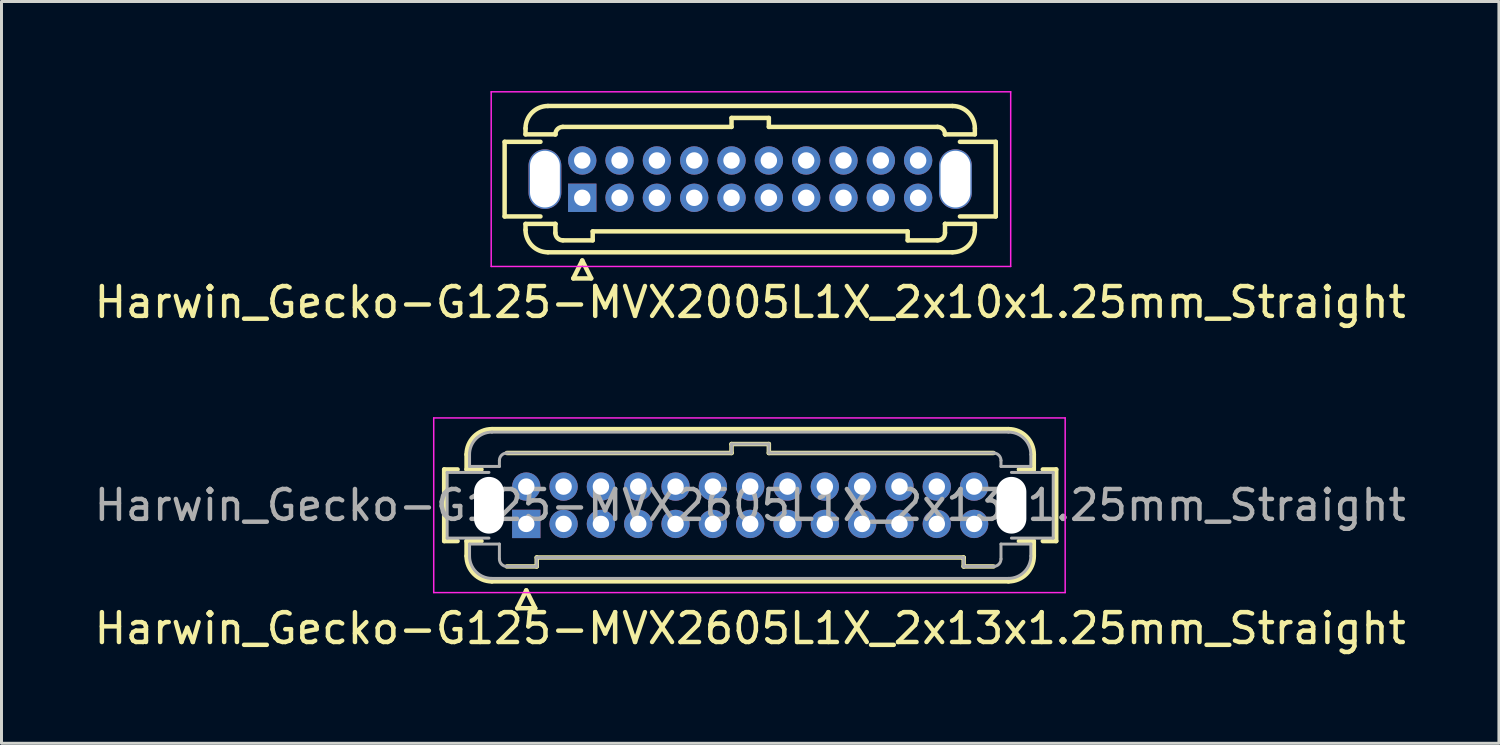
<source format=kicad_pcb>
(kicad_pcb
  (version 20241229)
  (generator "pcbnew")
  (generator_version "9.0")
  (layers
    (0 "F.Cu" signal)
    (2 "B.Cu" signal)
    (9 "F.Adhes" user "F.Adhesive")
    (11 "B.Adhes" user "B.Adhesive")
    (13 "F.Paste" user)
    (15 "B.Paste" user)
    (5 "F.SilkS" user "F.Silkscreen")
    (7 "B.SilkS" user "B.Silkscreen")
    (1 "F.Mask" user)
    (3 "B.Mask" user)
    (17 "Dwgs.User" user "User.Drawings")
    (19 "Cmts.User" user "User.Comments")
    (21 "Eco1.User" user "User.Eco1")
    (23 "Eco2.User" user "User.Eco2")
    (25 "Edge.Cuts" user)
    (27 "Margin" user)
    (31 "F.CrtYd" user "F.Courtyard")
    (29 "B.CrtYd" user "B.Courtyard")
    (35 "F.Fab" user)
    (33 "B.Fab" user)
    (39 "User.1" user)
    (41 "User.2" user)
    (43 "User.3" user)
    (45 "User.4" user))
  (footprint "Harwin_Gecko-G125-MVX2605L1X_2x13x1.25mm_Straight"
    (layer "F.Cu")
    (at 14.577 14.498)
    (property "Reference" "Harwin_Gecko-G125-MVX2605L1X_2x13x1.25mm_Straight" (at 7.5 3.5 0) (layer "F.SilkS") (effects (font (size 1 1) (thickness 0.15))))
    (attr through_hole)
    (fp_line (start -2.75 -1.825) (end -2.75 0.575) (stroke (width 0.15) (type solid)) (layer "F.SilkS"))
    (fp_line (start -2.75 0.575) (end -2.3 0.575) (stroke (width 0.15) (type solid)) (layer "F.SilkS"))
    (fp_line (start -2.3 -1.825) (end -2.75 -1.825) (stroke (width 0.15) (type solid)) (layer "F.SilkS"))
    (fp_line (start -2 -1.825) (end -2 -2.325) (stroke (width 0.15) (type solid)) (layer "F.SilkS"))
    (fp_line (start -2 -1.825) (end -1.5 -1.825) (stroke (width 0.15) (type solid)) (layer "F.SilkS"))
    (fp_line (start -2 0.575) (end -1.5 0.575) (stroke (width 0.15) (type solid)) (layer "F.SilkS"))
    (fp_line (start -2 1.075) (end -2 0.575) (stroke (width 0.15) (type solid)) (layer "F.SilkS"))
    (fp_line (start -1.15 -3.175) (end 16.15 -3.175) (stroke (width 0.15) (type solid)) (layer "F.SilkS"))
    (fp_line (start -1.15 1.925) (end 16.15 1.925) (stroke (width 0.15) (type solid)) (layer "F.SilkS"))
    (fp_line (start -0.65 -2.375) (end 6.875 -2.375) (stroke (width 0.15) (type solid)) (layer "F.SilkS"))
    (fp_line (start -0.65 1.425) (end 0.35 1.425) (stroke (width 0.15) (type solid)) (layer "F.SilkS"))
    (fp_line (start -0.3 2.825) (end 0.3 2.825) (stroke (width 0.15) (type solid)) (layer "F.SilkS"))
    (fp_line (start 0 2.225) (end -0.3 2.825) (stroke (width 0.15) (type solid)) (layer "F.SilkS"))
    (fp_line (start 0.3 2.825) (end 0 2.225) (stroke (width 0.15) (type solid)) (layer "F.SilkS"))
    (fp_line (start 0.35 1.125) (end 14.65 1.125) (stroke (width 0.15) (type solid)) (layer "F.SilkS"))
    (fp_line (start 0.35 1.425) (end 0.35 1.125) (stroke (width 0.15) (type solid)) (layer "F.SilkS"))
    (fp_line (start 6.875 -2.675) (end 8.125 -2.675) (stroke (width 0.15) (type solid)) (layer "F.SilkS"))
    (fp_line (start 6.875 -2.375) (end 6.875 -2.675) (stroke (width 0.15) (type solid)) (layer "F.SilkS"))
    (fp_line (start 8.125 -2.675) (end 8.125 -2.375) (stroke (width 0.15) (type solid)) (layer "F.SilkS"))
    (fp_line (start 8.125 -2.375) (end 15.65 -2.375) (stroke (width 0.15) (type solid)) (layer "F.SilkS"))
    (fp_line (start 14.65 1.125) (end 14.65 1.425) (stroke (width 0.15) (type solid)) (layer "F.SilkS"))
    (fp_line (start 14.65 1.425) (end 15.65 1.425) (stroke (width 0.15) (type solid)) (layer "F.SilkS"))
    (fp_line (start 17 -2.325) (end 17 -1.825) (stroke (width 0.15) (type solid)) (layer "F.SilkS"))
    (fp_line (start 17 -1.825) (end 16.5 -1.825) (stroke (width 0.15) (type solid)) (layer "F.SilkS"))
    (fp_line (start 17 0.575) (end 16.5 0.575) (stroke (width 0.15) (type solid)) (layer "F.SilkS"))
    (fp_line (start 17 1.075) (end 17 0.575) (stroke (width 0.15) (type solid)) (layer "F.SilkS"))
    (fp_line (start 17.3 0.575) (end 17.75 0.575) (stroke (width 0.15) (type solid)) (layer "F.SilkS"))
    (fp_line (start 17.75 -1.825) (end 17.3 -1.825) (stroke (width 0.15) (type solid)) (layer "F.SilkS"))
    (fp_line (start 17.75 -1.825) (end 17.75 0.575) (stroke (width 0.15) (type solid)) (layer "F.SilkS"))
    (fp_arc (start -2 -2.325) (mid -1.751041 -2.926041) (end -1.15 -3.175) (stroke (width 0.15) (type solid)) (layer "F.SilkS"))
    (fp_arc (start -1.15 1.925) (mid -1.751041 1.676041) (end -2 1.075) (stroke (width 0.15) (type solid)) (layer "F.SilkS"))
    (fp_arc (start 16.15 -3.175) (mid 16.751041 -2.926041) (end 17 -2.325) (stroke (width 0.15) (type solid)) (layer "F.SilkS"))
    (fp_arc (start 17 1.075) (mid 16.751041 1.676041) (end 16.15 1.925) (stroke (width 0.15) (type solid)) (layer "F.SilkS"))
    (fp_line (start -3.1 -3.55) (end -3.1 2.3) (stroke (width 0.05) (type solid)) (layer "F.CrtYd"))
    (fp_line (start -3.1 2.3) (end 18.05 2.3) (stroke (width 0.05) (type solid)) (layer "F.CrtYd"))
    (fp_line (start 18.05 -3.55) (end -3.1 -3.55) (stroke (width 0.05) (type solid)) (layer "F.CrtYd"))
    (fp_line (start 18.05 2.3) (end 18.05 -3.55) (stroke (width 0.05) (type solid)) (layer "F.CrtYd"))
    (fp_line (start -2.65 0.475) (end -2.65 -1.725) (stroke (width 0.1) (type solid)) (layer "F.Fab"))
    (fp_line (start -2.65 0.475) (end -1.25 0.475) (stroke (width 0.1) (type solid)) (layer "F.Fab"))
    (fp_line (start -1.9 -2.325) (end -1.9 -1.925) (stroke (width 0.1) (type solid)) (layer "F.Fab"))
    (fp_line (start -1.9 -1.925) (end -0.9 -1.925) (stroke (width 0.1) (type solid)) (layer "F.Fab"))
    (fp_line (start -1.9 0.675) (end -0.9 0.675) (stroke (width 0.1) (type solid)) (layer "F.Fab"))
    (fp_line (start -1.9 1.075) (end -1.9 0.675) (stroke (width 0.1) (type solid)) (layer "F.Fab"))
    (fp_line (start -1.25 -1.725) (end -2.65 -1.725) (stroke (width 0.1) (type solid)) (layer "F.Fab"))
    (fp_line (start -1.15 -3.075) (end 16.15 -3.075) (stroke (width 0.1) (type solid)) (layer "F.Fab"))
    (fp_line (start -1.15 1.825) (end 16.15 1.825) (stroke (width 0.1) (type solid)) (layer "F.Fab"))
    (fp_line (start -0.9 -2.125) (end -0.9 -1.925) (stroke (width 0.1) (type solid)) (layer "F.Fab"))
    (fp_line (start -0.9 1.175) (end -0.9 0.675) (stroke (width 0.1) (type solid)) (layer "F.Fab"))
    (fp_line (start -0.65 -2.375) (end 6.875 -2.375) (stroke (width 0.1) (type solid)) (layer "F.Fab"))
    (fp_line (start -0.65 1.425) (end 0.35 1.425) (stroke (width 0.1) (type solid)) (layer "F.Fab"))
    (fp_line (start 0.35 1.125) (end 14.65 1.125) (stroke (width 0.1) (type solid)) (layer "F.Fab"))
    (fp_line (start 0.35 1.425) (end 0.35 1.125) (stroke (width 0.1) (type solid)) (layer "F.Fab"))
    (fp_line (start 6.875 -2.675) (end 8.125 -2.675) (stroke (width 0.1) (type solid)) (layer "F.Fab"))
    (fp_line (start 6.875 -2.375) (end 6.875 -2.675) (stroke (width 0.1) (type solid)) (layer "F.Fab"))
    (fp_line (start 8.125 -2.675) (end 8.125 -2.375) (stroke (width 0.1) (type solid)) (layer "F.Fab"))
    (fp_line (start 8.125 -2.375) (end 15.65 -2.375) (stroke (width 0.1) (type solid)) (layer "F.Fab"))
    (fp_line (start 14.65 1.125) (end 14.65 1.425) (stroke (width 0.1) (type solid)) (layer "F.Fab"))
    (fp_line (start 14.65 1.425) (end 15.65 1.425) (stroke (width 0.1) (type solid)) (layer "F.Fab"))
    (fp_line (start 15.9 -2.125) (end 15.9 -1.925) (stroke (width 0.1) (type solid)) (layer "F.Fab"))
    (fp_line (start 15.9 1.175) (end 15.9 0.675) (stroke (width 0.1) (type solid)) (layer "F.Fab"))
    (fp_line (start 16.25 0.475) (end 17.65 0.475) (stroke (width 0.1) (type solid)) (layer "F.Fab"))
    (fp_line (start 16.9 -2.325) (end 16.9 -1.925) (stroke (width 0.1) (type solid)) (layer "F.Fab"))
    (fp_line (start 16.9 -1.925) (end 15.9 -1.925) (stroke (width 0.1) (type solid)) (layer "F.Fab"))
    (fp_line (start 16.9 0.675) (end 15.9 0.675) (stroke (width 0.1) (type solid)) (layer "F.Fab"))
    (fp_line (start 16.9 1.075) (end 16.9 0.675) (stroke (width 0.1) (type solid)) (layer "F.Fab"))
    (fp_line (start 17.65 -1.725) (end 16.25 -1.725) (stroke (width 0.1) (type solid)) (layer "F.Fab"))
    (fp_line (start 17.65 -1.725) (end 17.65 0.475) (stroke (width 0.1) (type solid)) (layer "F.Fab"))
    (fp_arc (start -1.9 -2.325) (mid -1.68033 -2.85533) (end -1.15 -3.075) (stroke (width 0.1) (type solid)) (layer "F.Fab"))
    (fp_arc (start -1.15 1.825) (mid -1.68033 1.60533) (end -1.9 1.075) (stroke (width 0.1) (type solid)) (layer "F.Fab"))
    (fp_arc (start -0.9 -2.125) (mid -0.826777 -2.301777) (end -0.65 -2.375) (stroke (width 0.1) (type solid)) (layer "F.Fab"))
    (fp_arc (start -0.65 1.425) (mid -0.826777 1.351777) (end -0.9 1.175) (stroke (width 0.1) (type solid)) (layer "F.Fab"))
    (fp_arc (start 15.65 -2.375) (mid 15.826777 -2.301777) (end 15.9 -2.125) (stroke (width 0.1) (type solid)) (layer "F.Fab"))
    (fp_arc (start 15.9 1.175) (mid 15.826777 1.351777) (end 15.65 1.425) (stroke (width 0.1) (type solid)) (layer "F.Fab"))
    (fp_arc (start 16.15 -3.075) (mid 16.68033 -2.85533) (end 16.9 -2.325) (stroke (width 0.1) (type solid)) (layer "F.Fab"))
    (fp_arc (start 16.9 1.075) (mid 16.68033 1.60533) (end 16.15 1.825) (stroke (width 0.1) (type solid)) (layer "F.Fab"))
    (fp_text user "${REFERENCE}" (at 7.5 -0.625 0) (layer "F.Fab") (effects (font (size 1 1) (thickness 0.15))))
    (pad "" np_thru_hole oval (at -1.25 -0.625) (size 1 1.9) (drill oval 1 1.9) (layers "*.Cu" "*.Mask"))
    (pad "" np_thru_hole oval (at 16.25 -0.625) (size 1 1.9) (drill oval 1 1.9) (layers "*.Cu" "*.Mask"))
    (pad "1" thru_hole rect (at 0 0) (size 0.95 0.95) (drill 0.55) (layers "*.Cu" "*.Mask"))
    (pad "2" thru_hole circle (at 1.25 0) (size 0.95 0.95) (drill 0.55) (layers "*.Cu" "*.Mask"))
    (pad "3" thru_hole circle (at 2.5 0) (size 0.95 0.95) (drill 0.55) (layers "*.Cu" "*.Mask"))
    (pad "4" thru_hole circle (at 3.75 0) (size 0.95 0.95) (drill 0.55) (layers "*.Cu" "*.Mask"))
    (pad "5" thru_hole circle (at 5 0) (size 0.95 0.95) (drill 0.55) (layers "*.Cu" "*.Mask"))
    (pad "6" thru_hole circle (at 6.25 0) (size 0.95 0.95) (drill 0.55) (layers "*.Cu" "*.Mask"))
    (pad "7" thru_hole circle (at 7.5 0) (size 0.95 0.95) (drill 0.55) (layers "*.Cu" "*.Mask"))
    (pad "8" thru_hole circle (at 8.75 0) (size 0.95 0.95) (drill 0.55) (layers "*.Cu" "*.Mask"))
    (pad "9" thru_hole circle (at 10 0) (size 0.95 0.95) (drill 0.55) (layers "*.Cu" "*.Mask"))
    (pad "10" thru_hole circle (at 11.25 0) (size 0.95 0.95) (drill 0.55) (layers "*.Cu" "*.Mask"))
    (pad "11" thru_hole circle (at 12.5 0) (size 0.95 0.95) (drill 0.55) (layers "*.Cu" "*.Mask"))
    (pad "12" thru_hole circle (at 13.75 0) (size 0.95 0.95) (drill 0.55) (layers "*.Cu" "*.Mask"))
    (pad "13" thru_hole circle (at 15 0) (size 0.95 0.95) (drill 0.55) (layers "*.Cu" "*.Mask"))
    (pad "14" thru_hole circle (at 0 -1.25) (size 0.95 0.95) (drill 0.55) (layers "*.Cu" "*.Mask"))
    (pad "15" thru_hole circle (at 1.25 -1.25) (size 0.95 0.95) (drill 0.55) (layers "*.Cu" "*.Mask"))
    (pad "16" thru_hole circle (at 2.5 -1.25) (size 0.95 0.95) (drill 0.55) (layers "*.Cu" "*.Mask"))
    (pad "17" thru_hole circle (at 3.75 -1.25) (size 0.95 0.95) (drill 0.55) (layers "*.Cu" "*.Mask"))
    (pad "18" thru_hole circle (at 5 -1.25) (size 0.95 0.95) (drill 0.55) (layers "*.Cu" "*.Mask"))
    (pad "19" thru_hole circle (at 6.25 -1.25) (size 0.95 0.95) (drill 0.55) (layers "*.Cu" "*.Mask"))
    (pad "20" thru_hole circle (at 7.5 -1.25) (size 0.95 0.95) (drill 0.55) (layers "*.Cu" "*.Mask"))
    (pad "21" thru_hole circle (at 8.75 -1.25) (size 0.95 0.95) (drill 0.55) (layers "*.Cu" "*.Mask"))
    (pad "22" thru_hole circle (at 10 -1.25) (size 0.95 0.95) (drill 0.55) (layers "*.Cu" "*.Mask"))
    (pad "23" thru_hole circle (at 11.25 -1.25) (size 0.95 0.95) (drill 0.55) (layers "*.Cu" "*.Mask"))
    (pad "24" thru_hole circle (at 12.5 -1.25) (size 0.95 0.95) (drill 0.55) (layers "*.Cu" "*.Mask"))
    (pad "25" thru_hole circle (at 13.75 -1.25) (size 0.95 0.95) (drill 0.55) (layers "*.Cu" "*.Mask"))
    (pad "26" thru_hole circle (at 15 -1.25) (size 0.95 0.95) (drill 0.55) (layers "*.Cu" "*.Mask")))
  (footprint "Harwin_Gecko-G125-MVX2005L1X_2x10x1.25mm_Straight"
    (layer "F.Cu")
    (at 16.452 3.575)
    (property "Reference" "Harwin_Gecko-G125-MVX2005L1X_2x10x1.25mm_Straight" (at 5.625 3.5 0) (layer "F.SilkS") (effects (font (size 1 1) (thickness 0.15))))
    (attr through_hole)
    (fp_line (start -2.6 -1.875) (end -2.6 0.625) (stroke (width 0.15) (type solid)) (layer "F.SilkS"))
    (fp_line (start -2.6 0.625) (end -1.4 0.625) (stroke (width 0.15) (type solid)) (layer "F.SilkS"))
    (fp_line (start -1.9 -2.325) (end -1.9 -2.125) (stroke (width 0.15) (type solid)) (layer "F.SilkS"))
    (fp_line (start -1.9 -2.125) (end -0.9 -2.125) (stroke (width 0.15) (type solid)) (layer "F.SilkS"))
    (fp_line (start -1.9 0.875) (end -0.9 0.875) (stroke (width 0.15) (type solid)) (layer "F.SilkS"))
    (fp_line (start -1.9 1.075) (end -1.9 0.875) (stroke (width 0.15) (type solid)) (layer "F.SilkS"))
    (fp_line (start -1.4 -1.875) (end -2.6 -1.875) (stroke (width 0.15) (type solid)) (layer "F.SilkS"))
    (fp_line (start -1.15 -3.075) (end 12.4 -3.075) (stroke (width 0.15) (type solid)) (layer "F.SilkS"))
    (fp_line (start -1.15 1.825) (end 12.4 1.825) (stroke (width 0.15) (type solid)) (layer "F.SilkS"))
    (fp_line (start -0.9 -2.125) (end -0.9 -2.125) (stroke (width 0.15) (type solid)) (layer "F.SilkS"))
    (fp_line (start -0.9 0.875) (end -0.9 0.875) (stroke (width 0.15) (type solid)) (layer "F.SilkS"))
    (fp_line (start -0.9 1.175) (end -0.9 0.875) (stroke (width 0.15) (type solid)) (layer "F.SilkS"))
    (fp_line (start -0.65 -2.375) (end 5 -2.375) (stroke (width 0.15) (type solid)) (layer "F.SilkS"))
    (fp_line (start -0.65 1.425) (end 0.35 1.425) (stroke (width 0.15) (type solid)) (layer "F.SilkS"))
    (fp_line (start -0.3 2.7) (end 0.3 2.7) (stroke (width 0.15) (type solid)) (layer "F.SilkS"))
    (fp_line (start 0 2.1) (end -0.3 2.7) (stroke (width 0.15) (type solid)) (layer "F.SilkS"))
    (fp_line (start 0.3 2.7) (end 0 2.1) (stroke (width 0.15) (type solid)) (layer "F.SilkS"))
    (fp_line (start 0.35 1.125) (end 10.9 1.125) (stroke (width 0.15) (type solid)) (layer "F.SilkS"))
    (fp_line (start 0.35 1.425) (end 0.35 1.125) (stroke (width 0.15) (type solid)) (layer "F.SilkS"))
    (fp_line (start 5 -2.675) (end 6.25 -2.675) (stroke (width 0.15) (type solid)) (layer "F.SilkS"))
    (fp_line (start 5 -2.375) (end 5 -2.675) (stroke (width 0.15) (type solid)) (layer "F.SilkS"))
    (fp_line (start 6.25 -2.675) (end 6.25 -2.375) (stroke (width 0.15) (type solid)) (layer "F.SilkS"))
    (fp_line (start 6.25 -2.375) (end 11.9 -2.375) (stroke (width 0.15) (type solid)) (layer "F.SilkS"))
    (fp_line (start 10.9 1.125) (end 10.9 1.425) (stroke (width 0.15) (type solid)) (layer "F.SilkS"))
    (fp_line (start 10.9 1.425) (end 11.9 1.425) (stroke (width 0.15) (type solid)) (layer "F.SilkS"))
    (fp_line (start 12.15 -2.125) (end 12.15 -2.125) (stroke (width 0.15) (type solid)) (layer "F.SilkS"))
    (fp_line (start 12.15 0.875) (end 12.15 0.875) (stroke (width 0.15) (type solid)) (layer "F.SilkS"))
    (fp_line (start 12.15 1.175) (end 12.15 0.875) (stroke (width 0.15) (type solid)) (layer "F.SilkS"))
    (fp_line (start 12.65 -1.875) (end 13.85 -1.875) (stroke (width 0.15) (type solid)) (layer "F.SilkS"))
    (fp_line (start 13.15 -2.325) (end 13.15 -2.125) (stroke (width 0.15) (type solid)) (layer "F.SilkS"))
    (fp_line (start 13.15 -2.125) (end 12.15 -2.125) (stroke (width 0.15) (type solid)) (layer "F.SilkS"))
    (fp_line (start 13.15 0.875) (end 12.15 0.875) (stroke (width 0.15) (type solid)) (layer "F.SilkS"))
    (fp_line (start 13.15 1.075) (end 13.15 0.875) (stroke (width 0.15) (type solid)) (layer "F.SilkS"))
    (fp_line (start 13.85 -1.875) (end 13.85 0.625) (stroke (width 0.15) (type solid)) (layer "F.SilkS"))
    (fp_line (start 13.85 0.625) (end 12.65 0.625) (stroke (width 0.15) (type solid)) (layer "F.SilkS"))
    (fp_arc (start -1.9 -2.325) (mid -1.68033 -2.85533) (end -1.15 -3.075) (stroke (width 0.15) (type solid)) (layer "F.SilkS"))
    (fp_arc (start -1.15 1.825) (mid -1.68033 1.60533) (end -1.9 1.075) (stroke (width 0.15) (type solid)) (layer "F.SilkS"))
    (fp_arc (start -0.9 -2.125) (mid -0.826777 -2.301777) (end -0.65 -2.375) (stroke (width 0.15) (type solid)) (layer "F.SilkS"))
    (fp_arc (start -0.65 1.425) (mid -0.826777 1.351777) (end -0.9 1.175) (stroke (width 0.15) (type solid)) (layer "F.SilkS"))
    (fp_arc (start 11.9 -2.375) (mid 12.076777 -2.301777) (end 12.15 -2.125) (stroke (width 0.15) (type solid)) (layer "F.SilkS"))
    (fp_arc (start 12.15 1.175) (mid 12.076777 1.351777) (end 11.9 1.425) (stroke (width 0.15) (type solid)) (layer "F.SilkS"))
    (fp_arc (start 12.4 -3.075) (mid 12.93033 -2.85533) (end 13.15 -2.325) (stroke (width 0.15) (type solid)) (layer "F.SilkS"))
    (fp_arc (start 13.15 1.075) (mid 12.93033 1.60533) (end 12.4 1.825) (stroke (width 0.15) (type solid)) (layer "F.SilkS"))
    (fp_line (start -3.05 -3.55) (end -3.05 2.3) (stroke (width 0.05) (type solid)) (layer "F.CrtYd"))
    (fp_line (start -3.05 2.3) (end 14.35 2.3) (stroke (width 0.05) (type solid)) (layer "F.CrtYd"))
    (fp_line (start 14.35 -3.55) (end -3.05 -3.55) (stroke (width 0.05) (type solid)) (layer "F.CrtYd"))
    (fp_line (start 14.35 2.3) (end 14.35 -3.55) (stroke (width 0.05) (type solid)) (layer "F.CrtYd"))
    (pad "" np_thru_hole oval (at -1.25 -0.625) (size 1.1 2) (drill oval 1 1.9) (layers "*.Cu" "*.Mask"))
    (pad "" np_thru_hole oval (at 12.5 -0.625) (size 1.1 2) (drill oval 1 1.9) (layers "*.Cu" "*.Mask"))
    (pad "1" thru_hole rect (at 0 0) (size 0.95 0.95) (drill 0.55) (layers "*.Cu" "*.Mask"))
    (pad "2" thru_hole circle (at 1.25 0) (size 0.95 0.95) (drill 0.55) (layers "*.Cu" "*.Mask"))
    (pad "3" thru_hole circle (at 2.5 0) (size 0.95 0.95) (drill 0.55) (layers "*.Cu" "*.Mask"))
    (pad "4" thru_hole circle (at 3.75 0) (size 0.95 0.95) (drill 0.55) (layers "*.Cu" "*.Mask"))
    (pad "5" thru_hole circle (at 5 0) (size 0.95 0.95) (drill 0.55) (layers "*.Cu" "*.Mask"))
    (pad "6" thru_hole circle (at 6.25 0) (size 0.95 0.95) (drill 0.55) (layers "*.Cu" "*.Mask"))
    (pad "7" thru_hole circle (at 7.5 0) (size 0.95 0.95) (drill 0.55) (layers "*.Cu" "*.Mask"))
    (pad "8" thru_hole circle (at 8.75 0) (size 0.95 0.95) (drill 0.55) (layers "*.Cu" "*.Mask"))
    (pad "9" thru_hole circle (at 10 0) (size 0.95 0.95) (drill 0.55) (layers "*.Cu" "*.Mask"))
    (pad "10" thru_hole circle (at 11.25 0) (size 0.95 0.95) (drill 0.55) (layers "*.Cu" "*.Mask"))
    (pad "11" thru_hole circle (at 0 -1.25) (size 0.95 0.95) (drill 0.55) (layers "*.Cu" "*.Mask"))
    (pad "12" thru_hole circle (at 1.25 -1.25) (size 0.95 0.95) (drill 0.55) (layers "*.Cu" "*.Mask"))
    (pad "13" thru_hole circle (at 2.5 -1.25) (size 0.95 0.95) (drill 0.55) (layers "*.Cu" "*.Mask"))
    (pad "14" thru_hole circle (at 3.75 -1.25) (size 0.95 0.95) (drill 0.55) (layers "*.Cu" "*.Mask"))
    (pad "15" thru_hole circle (at 5 -1.25) (size 0.95 0.95) (drill 0.55) (layers "*.Cu" "*.Mask"))
    (pad "16" thru_hole circle (at 6.25 -1.25) (size 0.95 0.95) (drill 0.55) (layers "*.Cu" "*.Mask"))
    (pad "17" thru_hole circle (at 7.5 -1.25) (size 0.95 0.95) (drill 0.55) (layers "*.Cu" "*.Mask"))
    (pad "18" thru_hole circle (at 8.75 -1.25) (size 0.95 0.95) (drill 0.55) (layers "*.Cu" "*.Mask"))
    (pad "19" thru_hole circle (at 10 -1.25) (size 0.95 0.95) (drill 0.55) (layers "*.Cu" "*.Mask"))
    (pad "20" thru_hole circle (at 11.25 -1.25) (size 0.95 0.95) (drill 0.55) (layers "*.Cu" "*.Mask")))
  (gr_rect
    (start -3 -3)
    (end 47.155 21.846)
    (stroke (width 0.1) (type default))
    (fill no)
    (layer "Edge.Cuts")))
</source>
